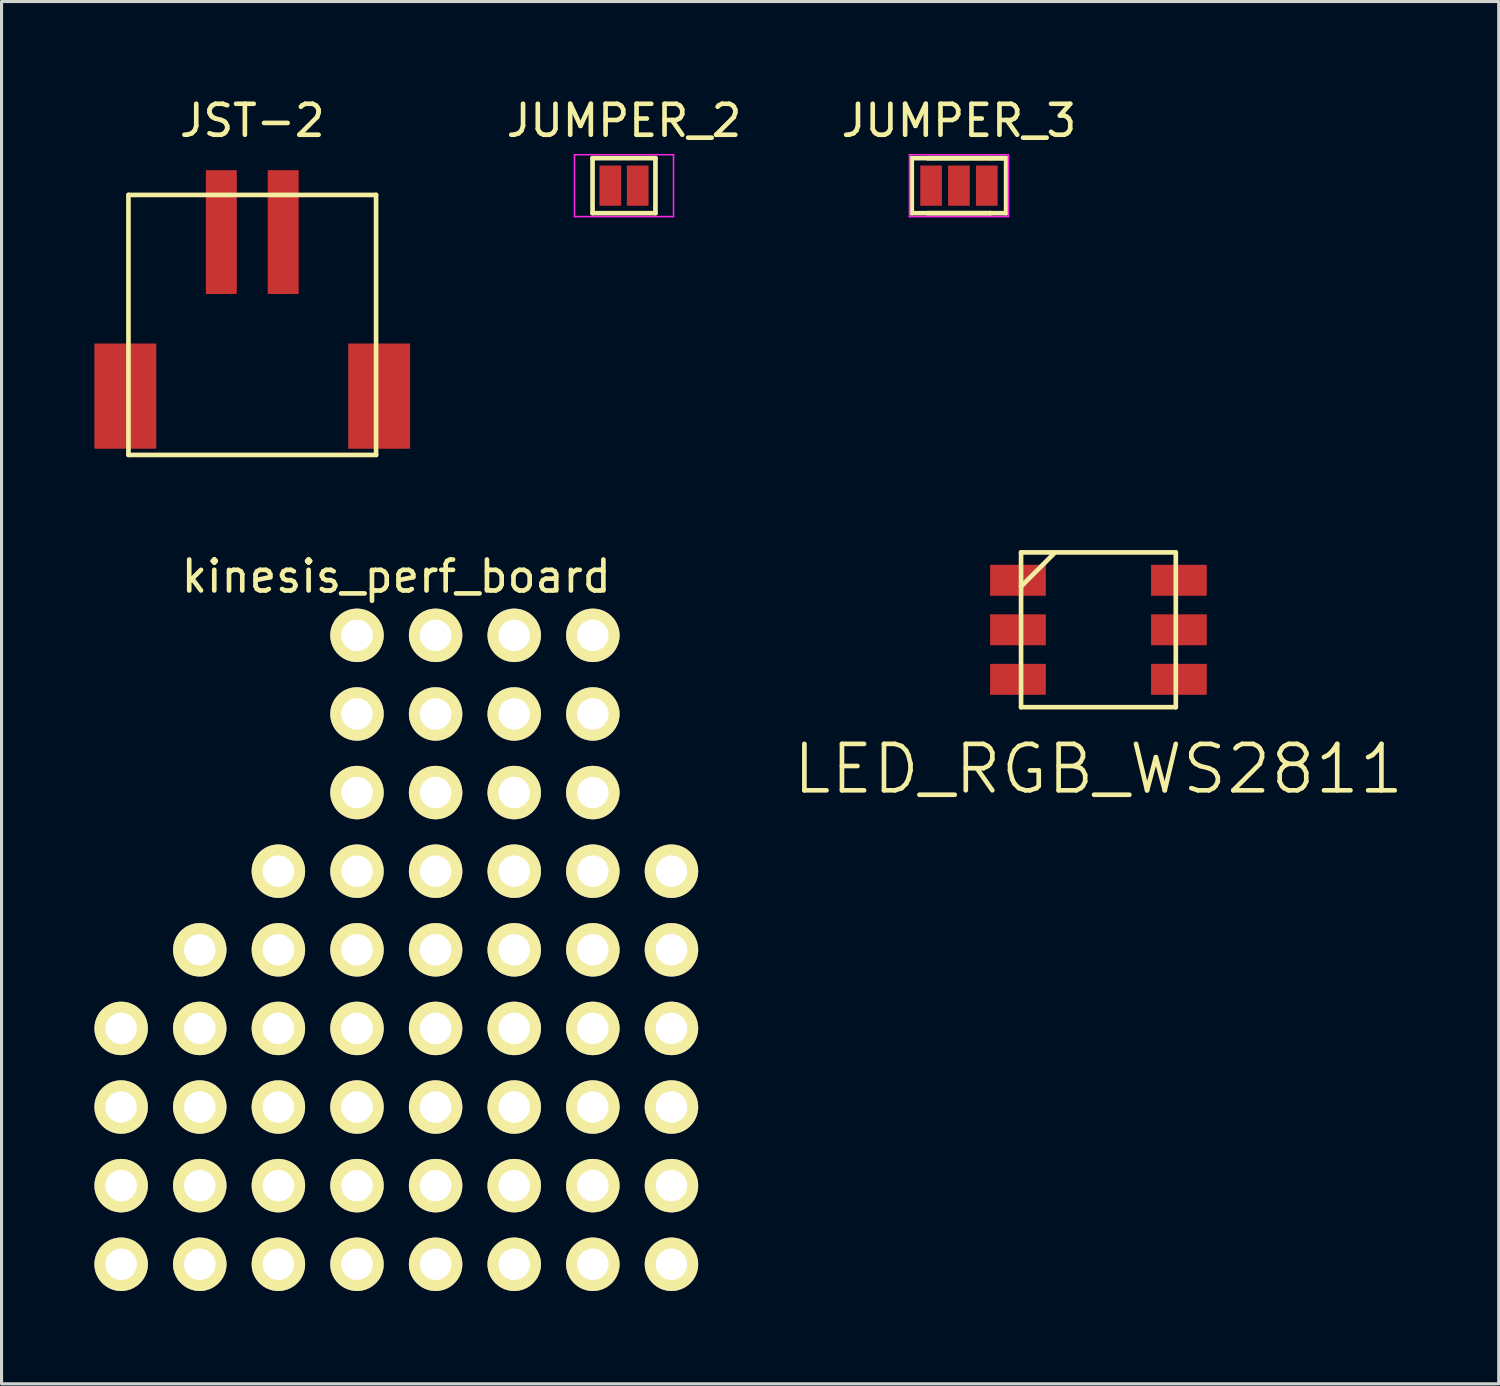
<source format=kicad_pcb>
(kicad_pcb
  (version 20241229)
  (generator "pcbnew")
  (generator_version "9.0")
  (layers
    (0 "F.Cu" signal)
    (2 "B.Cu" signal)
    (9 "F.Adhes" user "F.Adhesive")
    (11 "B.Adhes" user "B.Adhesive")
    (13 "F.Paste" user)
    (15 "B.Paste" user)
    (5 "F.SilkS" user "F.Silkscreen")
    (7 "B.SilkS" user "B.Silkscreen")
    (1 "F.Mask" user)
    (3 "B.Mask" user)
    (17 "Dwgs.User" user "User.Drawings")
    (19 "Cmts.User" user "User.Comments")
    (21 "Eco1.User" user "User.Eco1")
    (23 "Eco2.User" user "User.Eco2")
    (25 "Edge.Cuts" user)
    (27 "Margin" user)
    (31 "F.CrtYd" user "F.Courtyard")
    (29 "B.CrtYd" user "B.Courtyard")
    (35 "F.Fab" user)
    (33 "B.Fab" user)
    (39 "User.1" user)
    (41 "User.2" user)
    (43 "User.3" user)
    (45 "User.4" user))
  (footprint "JST-2"
    (layer "F.Cu")
    (at 5.1 4.448)
    (property "Reference" "JST-2" (at 0 -3.6 0) (layer "F.SilkS") (effects (font (size 1 1) (thickness 0.15))))
    (attr exclude_from_pos_files exclude_from_bom)
    (fp_line (start -4 -1.2) (end 4 -1.2) (stroke (width 0.15) (type solid)) (layer "F.SilkS"))
    (fp_line (start -4 7.2) (end -4 -1.2) (stroke (width 0.15) (type solid)) (layer "F.SilkS"))
    (fp_line (start 4 -1.2) (end 4 7.2) (stroke (width 0.15) (type solid)) (layer "F.SilkS"))
    (fp_line (start 4 7.2) (end -4 7.2) (stroke (width 0.15) (type solid)) (layer "F.SilkS"))
    (pad "1" smd rect (at -1 0) (size 1 4) (layers "F.Cu" "F.Mask" "F.Paste"))
    (pad "2" smd rect (at 1 0) (size 1 4) (layers "F.Cu" "F.Mask" "F.Paste"))
    (pad "3" smd rect (at -4.1 5.3) (size 2 3.4) (layers "F.Cu" "F.Mask" "F.Paste"))
    (pad "4" smd rect (at 4.1 5.3) (size 2 3.4) (layers "F.Cu" "F.Mask" "F.Paste")))
  (footprint "JUMPER_2"
    (layer "F.Cu")
    (at 17.111 2.948)
    (property "Reference" "JUMPER_2" (at 0 -2.1 0) (layer "F.SilkS") (effects (font (size 1 1) (thickness 0.15))))
    (attr smd)
    (fp_line (start -1.016 -0.889) (end 1.016 -0.889) (stroke (width 0.15) (type solid)) (layer "F.SilkS"))
    (fp_line (start -1.016 0.889) (end -1.016 -0.889) (stroke (width 0.15) (type solid)) (layer "F.SilkS"))
    (fp_line (start 1.016 -0.889) (end 1.016 0.889) (stroke (width 0.15) (type solid)) (layer "F.SilkS"))
    (fp_line (start 1.016 0.889) (end -1.016 0.889) (stroke (width 0.15) (type solid)) (layer "F.SilkS"))
    (fp_line (start -1.6 -1) (end -1.6 1) (stroke (width 0.05) (type solid)) (layer "F.CrtYd"))
    (fp_line (start -1.6 -1) (end 1.6 -1) (stroke (width 0.05) (type solid)) (layer "F.CrtYd"))
    (fp_line (start -1.6 1) (end 1.6 1) (stroke (width 0.05) (type solid)) (layer "F.CrtYd"))
    (fp_line (start 1.6 -1) (end 1.6 1) (stroke (width 0.05) (type solid)) (layer "F.CrtYd"))
    (pad "1" smd rect (at -0.442 0) (size 0.7 1.3) (layers "F.Cu" "F.Mask" "F.Paste"))
    (pad "2" smd rect (at 0.442 0) (size 0.7 1.3) (layers "F.Cu" "F.Mask" "F.Paste")))
  (footprint "LED_RGB_WS2811"
    (layer "F.Cu")
    (at 32.439 17.298)
    (property "Reference" "LED_RGB_WS2811" (at 0 4.5 0) (layer "F.SilkS") (effects (font (size 1.5 1.5) (thickness 0.15))))
    (attr through_hole)
    (fp_line (start -2.5 -2.5) (end 2.5 -2.5) (stroke (width 0.15) (type solid)) (layer "F.SilkS"))
    (fp_line (start -2.5 2.5) (end -2.5 -2.5) (stroke (width 0.15) (type solid)) (layer "F.SilkS"))
    (fp_line (start -1.4 -2.5) (end -2.5 -1.4) (stroke (width 0.15) (type solid)) (layer "F.SilkS"))
    (fp_line (start 2.5 -2.5) (end 2.5 2.5) (stroke (width 0.15) (type solid)) (layer "F.SilkS"))
    (fp_line (start 2.5 2.5) (end -2.5 2.5) (stroke (width 0.15) (type solid)) (layer "F.SilkS"))
    (pad "1" smd rect (at -2.6 -1.6) (size 1.8 1) (layers "F.Cu" "F.Mask" "F.Paste"))
    (pad "2" smd rect (at -2.6 0) (size 1.8 1) (layers "F.Cu" "F.Mask" "F.Paste"))
    (pad "3" smd rect (at -2.6 1.6) (size 1.8 1) (layers "F.Cu" "F.Mask" "F.Paste"))
    (pad "4" smd rect (at 2.6 1.6) (size 1.8 1) (layers "F.Cu" "F.Mask" "F.Paste"))
    (pad "5" smd rect (at 2.6 0) (size 1.8 1) (layers "F.Cu" "F.Mask" "F.Paste"))
    (pad "6" smd rect (at 2.6 -1.6) (size 1.8 1) (layers "F.Cu" "F.Mask" "F.Paste")))
  (footprint "kinesis_perf_board"
    (layer "F.Cu")
    (at 0.864 37.797)
    (property "Reference" "kinesis_perf_board" (at 8.89 -22.225 0) (layer "F.SilkS") (effects (font (size 1 1) (thickness 0.15))))
    (attr through_hole)
    (pad "" thru_hole oval (at 0 -7.62 90) (size 1.727 1.727) (drill 1.016) (layers "*.Cu" "*.Mask" "F.SilkS"))
    (pad "" thru_hole circle (at 0 -5.08 90) (size 1.727 1.727) (drill 1.016) (layers "*.Cu" "*.Mask" "F.SilkS"))
    (pad "" thru_hole oval (at 0 -2.54 90) (size 1.727 1.727) (drill 1.016) (layers "*.Cu" "*.Mask" "F.SilkS"))
    (pad "" thru_hole circle (at 0 0 90) (size 1.727 1.727) (drill 1.016) (layers "*.Cu" "*.Mask" "F.SilkS"))
    (pad "" thru_hole oval (at 2.54 -10.16 90) (size 1.727 1.727) (drill 1.016) (layers "*.Cu" "*.Mask" "F.SilkS"))
    (pad "" thru_hole oval (at 2.54 -7.62 90) (size 1.727 1.727) (drill 1.016) (layers "*.Cu" "*.Mask" "F.SilkS"))
    (pad "" thru_hole oval (at 2.54 -5.08 90) (size 1.727 1.727) (drill 1.016) (layers "*.Cu" "*.Mask" "F.SilkS"))
    (pad "" thru_hole oval (at 2.54 -2.54 90) (size 1.727 1.727) (drill 1.016) (layers "*.Cu" "*.Mask" "F.SilkS"))
    (pad "" thru_hole oval (at 2.54 0 90) (size 1.727 1.727) (drill 1.016) (layers "*.Cu" "*.Mask" "F.SilkS"))
    (pad "" thru_hole oval (at 5.08 -12.7 90) (size 1.727 1.727) (drill 1.016) (layers "*.Cu" "*.Mask" "F.SilkS"))
    (pad "" thru_hole oval (at 5.08 -10.16 90) (size 1.727 1.727) (drill 1.016) (layers "*.Cu" "*.Mask" "F.SilkS"))
    (pad "" thru_hole oval (at 5.08 -7.62 90) (size 1.727 1.727) (drill 1.016) (layers "*.Cu" "*.Mask" "F.SilkS"))
    (pad "" thru_hole oval (at 5.08 -5.08 90) (size 1.727 1.727) (drill 1.016) (layers "*.Cu" "*.Mask" "F.SilkS"))
    (pad "" thru_hole oval (at 5.08 -2.54 90) (size 1.727 1.727) (drill 1.016) (layers "*.Cu" "*.Mask" "F.SilkS"))
    (pad "" thru_hole oval (at 5.08 0 90) (size 1.727 1.727) (drill 1.016) (layers "*.Cu" "*.Mask" "F.SilkS"))
    (pad "" thru_hole oval (at 7.62 -20.32 90) (size 1.727 1.727) (drill 1.016) (layers "*.Cu" "*.Mask" "F.SilkS"))
    (pad "" thru_hole oval (at 7.62 -17.78 90) (size 1.727 1.727) (drill 1.016) (layers "*.Cu" "*.Mask" "F.SilkS"))
    (pad "" thru_hole oval (at 7.62 -15.24 90) (size 1.727 1.727) (drill 1.016) (layers "*.Cu" "*.Mask" "F.SilkS"))
    (pad "" thru_hole oval (at 7.62 -12.7 90) (size 1.727 1.727) (drill 1.016) (layers "*.Cu" "*.Mask" "F.SilkS"))
    (pad "" thru_hole oval (at 7.62 -10.16 90) (size 1.727 1.727) (drill 1.016) (layers "*.Cu" "*.Mask" "F.SilkS"))
    (pad "" thru_hole oval (at 7.62 -7.62 90) (size 1.727 1.727) (drill 1.016) (layers "*.Cu" "*.Mask" "F.SilkS"))
    (pad "" thru_hole oval (at 7.62 -2.54 90) (size 1.727 1.727) (drill 1.016) (layers "*.Cu" "*.Mask" "F.SilkS"))
    (pad "" thru_hole oval (at 7.62 0 90) (size 1.727 1.727) (drill 1.016) (layers "*.Cu" "*.Mask" "F.SilkS"))
    (pad "" thru_hole oval (at 10.16 -20.32 90) (size 1.727 1.727) (drill 1.016) (layers "*.Cu" "*.Mask" "F.SilkS"))
    (pad "" thru_hole oval (at 10.16 -17.78 90) (size 1.727 1.727) (drill 1.016) (layers "*.Cu" "*.Mask" "F.SilkS"))
    (pad "" thru_hole oval (at 10.16 -15.24 90) (size 1.727 1.727) (drill 1.016) (layers "*.Cu" "*.Mask" "F.SilkS"))
    (pad "" thru_hole oval (at 10.16 -12.7 90) (size 1.727 1.727) (drill 1.016) (layers "*.Cu" "*.Mask" "F.SilkS"))
    (pad "" thru_hole oval (at 10.16 -10.16 90) (size 1.727 1.727) (drill 1.016) (layers "*.Cu" "*.Mask" "F.SilkS"))
    (pad "" thru_hole oval (at 10.16 -7.62 90) (size 1.727 1.727) (drill 1.016) (layers "*.Cu" "*.Mask" "F.SilkS"))
    (pad "" thru_hole oval (at 10.16 -5.08 90) (size 1.727 1.727) (drill 1.016) (layers "*.Cu" "*.Mask" "F.SilkS"))
    (pad "" thru_hole oval (at 10.16 -2.54 90) (size 1.727 1.727) (drill 1.016) (layers "*.Cu" "*.Mask" "F.SilkS"))
    (pad "" thru_hole oval (at 10.16 0 90) (size 1.727 1.727) (drill 1.016) (layers "*.Cu" "*.Mask" "F.SilkS"))
    (pad "" thru_hole oval (at 12.7 -20.32 90) (size 1.727 1.727) (drill 1.016) (layers "*.Cu" "*.Mask" "F.SilkS"))
    (pad "" thru_hole oval (at 12.7 -17.78 90) (size 1.727 1.727) (drill 1.016) (layers "*.Cu" "*.Mask" "F.SilkS"))
    (pad "" thru_hole oval (at 12.7 -15.24 90) (size 1.727 1.727) (drill 1.016) (layers "*.Cu" "*.Mask" "F.SilkS"))
    (pad "" thru_hole oval (at 12.7 -12.7 90) (size 1.727 1.727) (drill 1.016) (layers "*.Cu" "*.Mask" "F.SilkS"))
    (pad "" thru_hole oval (at 12.7 -10.16 90) (size 1.727 1.727) (drill 1.016) (layers "*.Cu" "*.Mask" "F.SilkS"))
    (pad "" thru_hole oval (at 12.7 -7.62 90) (size 1.727 1.727) (drill 1.016) (layers "*.Cu" "*.Mask" "F.SilkS"))
    (pad "" thru_hole oval (at 12.7 -5.08 90) (size 1.727 1.727) (drill 1.016) (layers "*.Cu" "*.Mask" "F.SilkS"))
    (pad "" thru_hole oval (at 12.7 -2.54 90) (size 1.727 1.727) (drill 1.016) (layers "*.Cu" "*.Mask" "F.SilkS"))
    (pad "" thru_hole oval (at 12.7 0 90) (size 1.727 1.727) (drill 1.016) (layers "*.Cu" "*.Mask" "F.SilkS"))
    (pad "" thru_hole oval (at 15.24 -20.32 90) (size 1.727 1.727) (drill 1.016) (layers "*.Cu" "*.Mask" "F.SilkS"))
    (pad "" thru_hole oval (at 15.24 -17.78 90) (size 1.727 1.727) (drill 1.016) (layers "*.Cu" "*.Mask" "F.SilkS"))
    (pad "" thru_hole oval (at 15.24 -15.24 90) (size 1.727 1.727) (drill 1.016) (layers "*.Cu" "*.Mask" "F.SilkS"))
    (pad "" thru_hole oval (at 15.24 -12.7 90) (size 1.727 1.727) (drill 1.016) (layers "*.Cu" "*.Mask" "F.SilkS"))
    (pad "" thru_hole oval (at 15.24 -10.16 90) (size 1.727 1.727) (drill 1.016) (layers "*.Cu" "*.Mask" "F.SilkS"))
    (pad "" thru_hole oval (at 15.24 -7.62 90) (size 1.727 1.727) (drill 1.016) (layers "*.Cu" "*.Mask" "F.SilkS"))
    (pad "" thru_hole oval (at 15.24 -5.08 90) (size 1.727 1.727) (drill 1.016) (layers "*.Cu" "*.Mask" "F.SilkS"))
    (pad "" thru_hole oval (at 15.24 -2.54 90) (size 1.727 1.727) (drill 1.016) (layers "*.Cu" "*.Mask" "F.SilkS"))
    (pad "" thru_hole oval (at 15.24 0 90) (size 1.727 1.727) (drill 1.016) (layers "*.Cu" "*.Mask" "F.SilkS"))
    (pad "" thru_hole oval (at 17.78 -12.7 90) (size 1.727 1.727) (drill 1.016) (layers "*.Cu" "*.Mask" "F.SilkS"))
    (pad "" thru_hole oval (at 17.78 -10.16 90) (size 1.727 1.727) (drill 1.016) (layers "*.Cu" "*.Mask" "F.SilkS"))
    (pad "" thru_hole oval (at 17.78 -7.62 90) (size 1.727 1.727) (drill 1.016) (layers "*.Cu" "*.Mask" "F.SilkS"))
    (pad "" thru_hole oval (at 17.78 -5.08 90) (size 1.727 1.727) (drill 1.016) (layers "*.Cu" "*.Mask" "F.SilkS"))
    (pad "" thru_hole oval (at 17.78 -2.54 90) (size 1.727 1.727) (drill 1.016) (layers "*.Cu" "*.Mask" "F.SilkS"))
    (pad "" thru_hole oval (at 17.78 0 90) (size 1.727 1.727) (drill 1.016) (layers "*.Cu" "*.Mask" "F.SilkS"))
    (pad " " thru_hole oval (at 7.62 -5.08 90) (size 1.727 1.727) (drill 1.016) (layers "*.Cu" "*.Mask" "F.SilkS")))
  (footprint "JUMPER_3"
    (layer "F.Cu")
    (at 27.932 2.948)
    (property "Reference" "JUMPER_3" (at 0 -2.1 0) (layer "F.SilkS") (effects (font (size 1 1) (thickness 0.15))))
    (attr smd)
    (fp_line (start -1.524 -0.889) (end 1.524 -0.889) (stroke (width 0.15) (type solid)) (layer "F.SilkS"))
    (fp_line (start -1.524 0.889) (end -1.524 -0.889) (stroke (width 0.15) (type solid)) (layer "F.SilkS"))
    (fp_line (start -1.016 -0.889) (end 1.016 -0.889) (stroke (width 0.15) (type solid)) (layer "F.SilkS"))
    (fp_line (start 1.016 -0.889) (end 1.397 -0.889) (stroke (width 0.15) (type solid)) (layer "F.SilkS"))
    (fp_line (start 1.016 0.889) (end -1.524 0.889) (stroke (width 0.15) (type solid)) (layer "F.SilkS"))
    (fp_line (start 1.016 0.889) (end -1.016 0.889) (stroke (width 0.15) (type solid)) (layer "F.SilkS"))
    (fp_line (start 1.397 -0.889) (end 1.524 -0.889) (stroke (width 0.15) (type solid)) (layer "F.SilkS"))
    (fp_line (start 1.524 -0.889) (end 1.524 0.889) (stroke (width 0.15) (type solid)) (layer "F.SilkS"))
    (fp_line (start 1.524 0.889) (end 1.016 0.889) (stroke (width 0.15) (type solid)) (layer "F.SilkS"))
    (fp_line (start -1.6 -1) (end -1.6 1) (stroke (width 0.05) (type solid)) (layer "F.CrtYd"))
    (fp_line (start -1.6 -1) (end 1.6 -1) (stroke (width 0.05) (type solid)) (layer "F.CrtYd"))
    (fp_line (start -1.6 1) (end 1.6 1) (stroke (width 0.05) (type solid)) (layer "F.CrtYd"))
    (fp_line (start 1.6 -1) (end 1.6 1) (stroke (width 0.05) (type solid)) (layer "F.CrtYd"))
    (pad "1" smd rect (at -0.9 0) (size 0.7 1.3) (layers "F.Cu" "F.Mask" "F.Paste"))
    (pad "2" smd rect (at 0 0) (size 0.7 1.3) (layers "F.Cu" "F.Mask" "F.Paste"))
    (pad "3" smd rect (at 0.9 0) (size 0.7 1.3) (layers "F.Cu" "F.Mask" "F.Paste")))
  (gr_rect
    (start -3 -3)
    (end 45.371 41.66)
    (stroke (width 0.1) (type default))
    (fill no)
    (layer "Edge.Cuts")))
</source>
